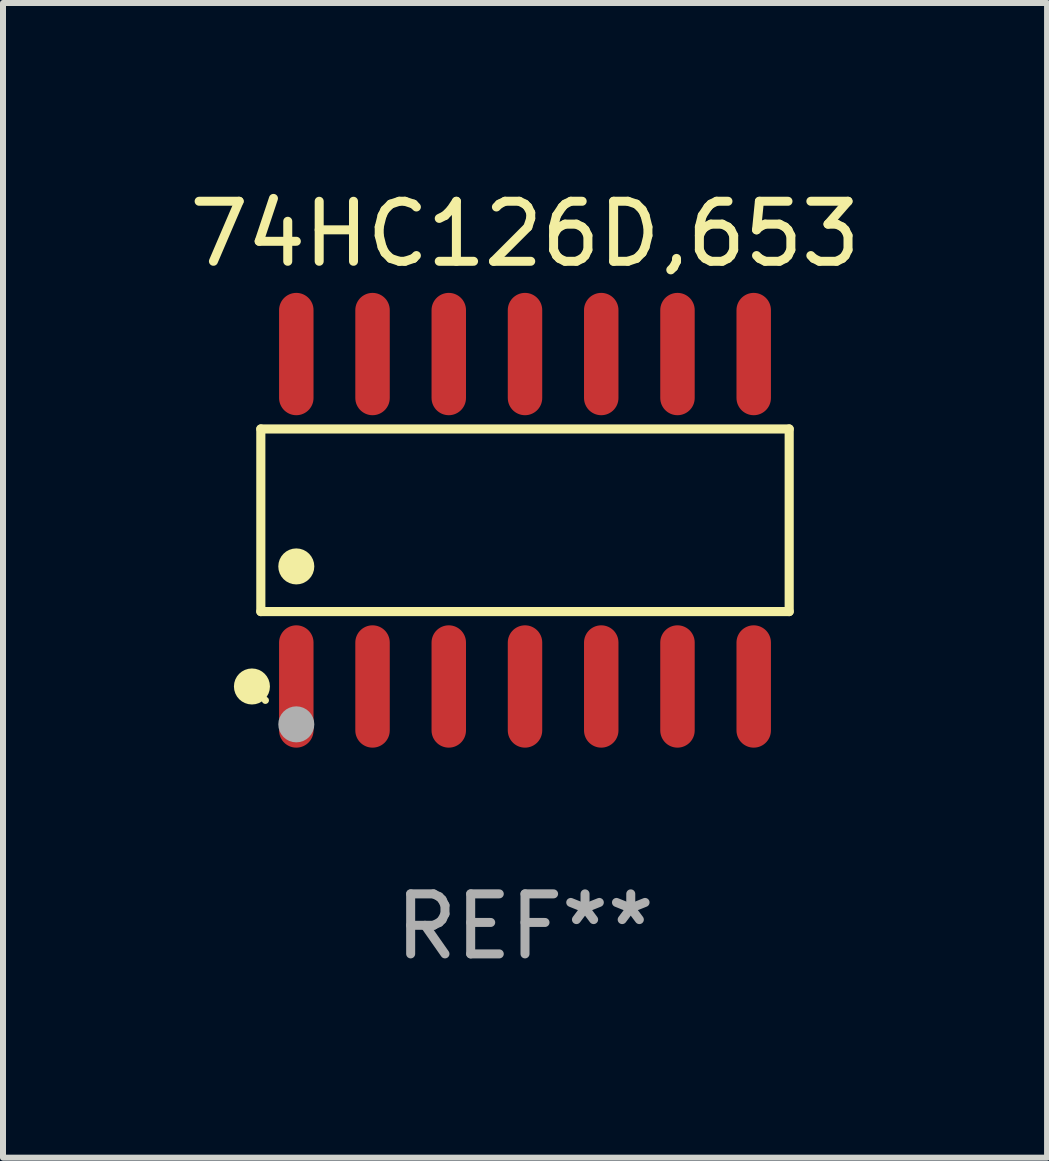
<source format=kicad_pcb>
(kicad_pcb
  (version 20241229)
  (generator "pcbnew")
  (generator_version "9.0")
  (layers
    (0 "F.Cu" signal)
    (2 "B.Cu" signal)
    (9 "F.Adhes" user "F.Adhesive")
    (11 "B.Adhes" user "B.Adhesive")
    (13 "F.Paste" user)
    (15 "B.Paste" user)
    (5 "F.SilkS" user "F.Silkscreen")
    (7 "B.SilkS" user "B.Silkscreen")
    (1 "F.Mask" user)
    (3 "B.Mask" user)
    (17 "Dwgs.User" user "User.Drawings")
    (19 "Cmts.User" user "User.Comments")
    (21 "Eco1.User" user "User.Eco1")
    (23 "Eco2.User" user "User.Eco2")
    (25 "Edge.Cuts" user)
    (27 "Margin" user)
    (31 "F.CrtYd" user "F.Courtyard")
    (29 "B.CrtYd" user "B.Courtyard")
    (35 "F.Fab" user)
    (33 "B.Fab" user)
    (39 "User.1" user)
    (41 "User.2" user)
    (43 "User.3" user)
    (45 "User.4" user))
  (footprint "74HC126D,653"
    (layer "F.Cu")
    (at 5.696 5.617)
    (property "Reference" "74HC126D,653" (at 0 -4.769 0) (layer "F.SilkS") (effects (font (size 1 1) (thickness 0.15))))
    (attr through_hole)
    (fp_line (start -4.401 -1.521) (end 4.401 -1.521) (stroke (width 0.152) (type solid)) (layer "F.SilkS"))
    (fp_line (start -4.401 1.521) (end -4.401 -1.521) (stroke (width 0.152) (type solid)) (layer "F.SilkS"))
    (fp_line (start 4.401 -1.521) (end 4.401 1.521) (stroke (width 0.152) (type solid)) (layer "F.SilkS"))
    (fp_line (start 4.401 1.521) (end -4.401 1.521) (stroke (width 0.152) (type solid)) (layer "F.SilkS"))
    (fp_circle (center -4.549 2.769) (end -4.399 2.769) (stroke (width 0.3) (type solid)) (fill no) (layer "F.SilkS"))
    (fp_circle (center -4.325 3) (end -4.295 3) (stroke (width 0.06) (type solid)) (fill no) (layer "F.SilkS"))
    (fp_circle (center -3.81 0.769) (end -3.66 0.769) (stroke (width 0.3) (type solid)) (fill no) (layer "F.SilkS"))
    (fp_circle (center -3.81 3.4) (end -3.66 3.4) (stroke (width 0.3) (type solid)) (fill no) (layer "F.Fab"))
    (fp_text user "REF**" (at 0 6.769 0) (layer "F.Fab") (effects (font (size 1 1) (thickness 0.15))))
    (pad "1" smd oval (at -3.81 2.769) (size 0.574 2.038) (layers "F.Cu" "F.Mask" "F.Paste"))
    (pad "2" smd oval (at -2.54 2.769) (size 0.574 2.038) (layers "F.Cu" "F.Mask" "F.Paste"))
    (pad "3" smd oval (at -1.27 2.769) (size 0.574 2.038) (layers "F.Cu" "F.Mask" "F.Paste"))
    (pad "4" smd oval (at 0 2.769) (size 0.574 2.038) (layers "F.Cu" "F.Mask" "F.Paste"))
    (pad "5" smd oval (at 1.27 2.769) (size 0.574 2.038) (layers "F.Cu" "F.Mask" "F.Paste"))
    (pad "6" smd oval (at 2.54 2.769) (size 0.574 2.038) (layers "F.Cu" "F.Mask" "F.Paste"))
    (pad "7" smd oval (at 3.81 2.769) (size 0.574 2.038) (layers "F.Cu" "F.Mask" "F.Paste"))
    (pad "8" smd oval (at 3.81 -2.769) (size 0.574 2.038) (layers "F.Cu" "F.Mask" "F.Paste"))
    (pad "9" smd oval (at 2.54 -2.769) (size 0.574 2.038) (layers "F.Cu" "F.Mask" "F.Paste"))
    (pad "10" smd oval (at 1.27 -2.769) (size 0.574 2.038) (layers "F.Cu" "F.Mask" "F.Paste"))
    (pad "11" smd oval (at 0 -2.769) (size 0.574 2.038) (layers "F.Cu" "F.Mask" "F.Paste"))
    (pad "12" smd oval (at -1.27 -2.769) (size 0.574 2.038) (layers "F.Cu" "F.Mask" "F.Paste"))
    (pad "13" smd oval (at -2.54 -2.769) (size 0.574 2.038) (layers "F.Cu" "F.Mask" "F.Paste"))
    (pad "14" smd oval (at -3.81 -2.769) (size 0.574 2.038) (layers "F.Cu" "F.Mask" "F.Paste")))
  (gr_rect
    (start -3 -3)
    (end 14.393 16.235)
    (stroke (width 0.1) (type default))
    (fill no)
    (layer "Edge.Cuts")))
</source>
